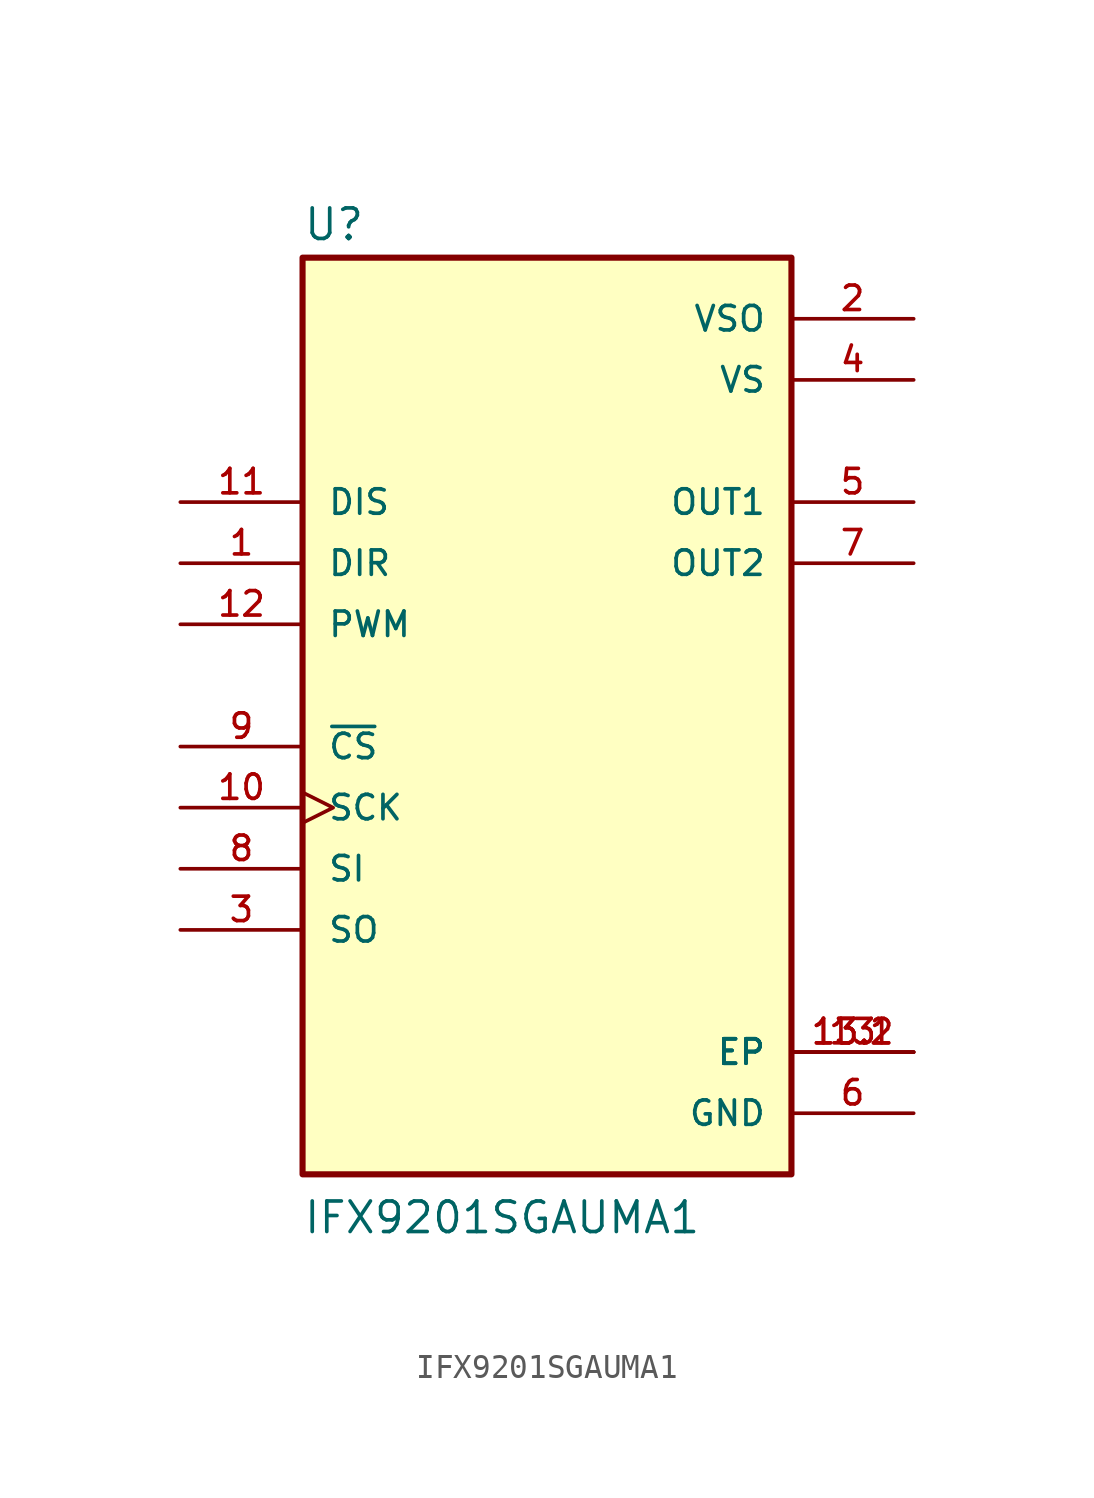
<source format=kicad_sym>
(kicad_symbol_lib
  (version 20211014)
  (generator kicad_symbol_editor)
  (symbol "IFX9201SGAUMA1"
    (pin_names
      (offset 1.016))
    (property "Reference" "U"
      (at -10.16 20.955 0)
      (effects (font (size 1.27 1.27)) (justify bottom left)))
    (property "Value" "IFX9201SGAUMA1"
      (at -10.16 -20.32 0)
      (effects (font (size 1.27 1.27)) (justify bottom left)))
    (symbol "IFX9201SGAUMA1_0_0"
      (rectangle (start -10.16 -17.78) (end 10.16 20.32) (stroke (width 0.254)) (fill (type background)))
      (pin input line (at -15.24 7.62 0) (length 5.08) (name "DIR" (effects (font (size 1.016 1.016)))) (number "1" (effects (font (size 1.016 1.016)))))
      (pin power_in line (at 15.24 17.78 180.0) (length 5.08) (name "VSO" (effects (font (size 1.016 1.016)))) (number "2" (effects (font (size 1.016 1.016)))))
      (pin output line (at -15.24 -7.62 0) (length 5.08) (name "SO" (effects (font (size 1.016 1.016)))) (number "3" (effects (font (size 1.016 1.016)))))
      (pin power_in line (at 15.24 15.24 180.0) (length 5.08) (name "VS" (effects (font (size 1.016 1.016)))) (number "4" (effects (font (size 1.016 1.016)))))
      (pin output line (at 15.24 10.16 180.0) (length 5.08) (name "OUT1" (effects (font (size 1.016 1.016)))) (number "5" (effects (font (size 1.016 1.016)))))
      (pin power_in line (at 15.24 -15.24 180.0) (length 5.08) (name "GND" (effects (font (size 1.016 1.016)))) (number "6" (effects (font (size 1.016 1.016)))))
      (pin output line (at 15.24 7.62 180.0) (length 5.08) (name "OUT2" (effects (font (size 1.016 1.016)))) (number "7" (effects (font (size 1.016 1.016)))))
      (pin input line (at -15.24 -5.08 0) (length 5.08) (name "SI" (effects (font (size 1.016 1.016)))) (number "8" (effects (font (size 1.016 1.016)))))
      (pin input line (at -15.24 0.0 0) (length 5.08) (name "~{CS}" (effects (font (size 1.016 1.016)))) (number "9" (effects (font (size 1.016 1.016)))))
      (pin input clock (at -15.24 -2.54 0) (length 5.08) (name "SCK" (effects (font (size 1.016 1.016)))) (number "10" (effects (font (size 1.016 1.016)))))
      (pin input line (at -15.24 10.16 0) (length 5.08) (name "DIS" (effects (font (size 1.016 1.016)))) (number "11" (effects (font (size 1.016 1.016)))))
      (pin input line (at -15.24 5.08 0) (length 5.08) (name "PWM" (effects (font (size 1.016 1.016)))) (number "12" (effects (font (size 1.016 1.016)))))
      (pin power_in line (at 15.24 -12.7 180.0) (length 5.08) (name "EP" (effects (font (size 1.016 1.016)))) (number "13" (effects (font (size 1.016 1.016)))))
      (pin power_in line (at 15.24 -12.7 180.0) (length 5.08) (name "EP" (effects (font (size 1.016 1.016)))) (number "13.1" (effects (font (size 1.016 1.016)))))
      (pin power_in line (at 15.24 -12.7 180.0) (length 5.08) (name "EP" (effects (font (size 1.016 1.016)))) (number "13.2" (effects (font (size 1.016 1.016))))))))
</source>
